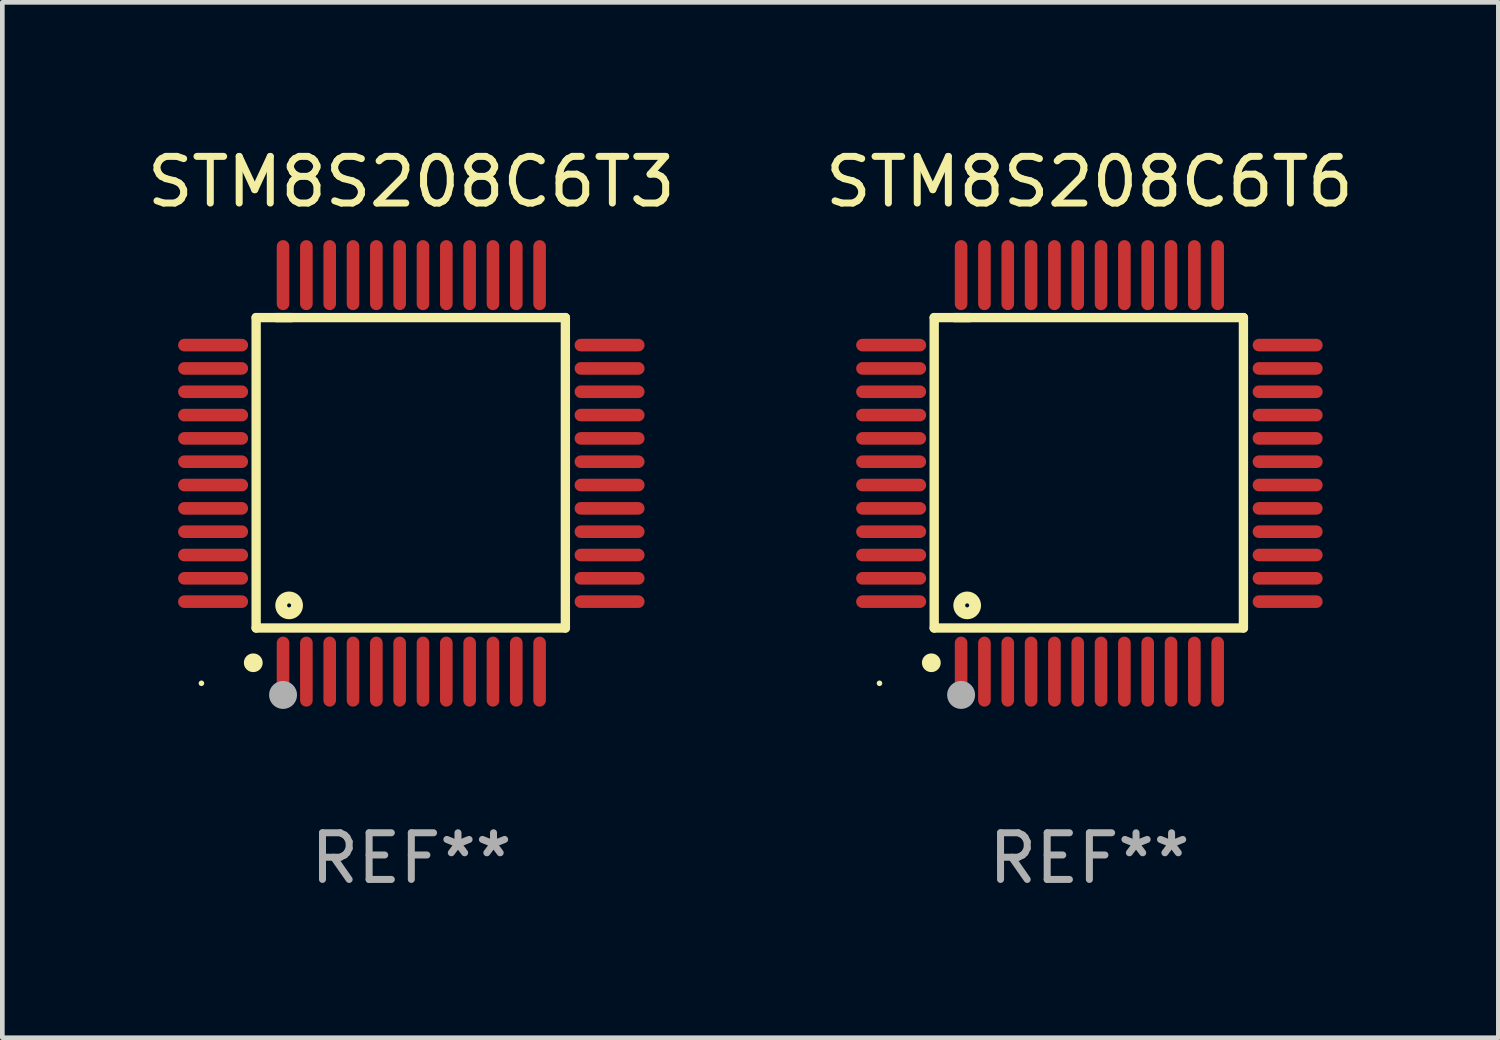
<source format=kicad_pcb>
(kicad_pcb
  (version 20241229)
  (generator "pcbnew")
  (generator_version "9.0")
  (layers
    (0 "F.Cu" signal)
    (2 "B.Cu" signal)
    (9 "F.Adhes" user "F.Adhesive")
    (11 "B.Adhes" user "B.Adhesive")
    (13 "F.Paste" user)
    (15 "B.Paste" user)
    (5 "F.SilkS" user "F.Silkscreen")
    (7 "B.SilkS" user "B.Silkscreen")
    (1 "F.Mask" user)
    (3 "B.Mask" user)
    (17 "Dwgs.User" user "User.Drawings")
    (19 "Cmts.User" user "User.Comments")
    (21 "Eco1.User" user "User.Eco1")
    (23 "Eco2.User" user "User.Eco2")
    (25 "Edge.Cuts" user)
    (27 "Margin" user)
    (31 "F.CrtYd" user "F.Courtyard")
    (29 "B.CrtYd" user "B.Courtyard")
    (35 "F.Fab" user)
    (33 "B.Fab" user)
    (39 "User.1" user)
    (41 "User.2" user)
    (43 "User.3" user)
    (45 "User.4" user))
  (footprint "STM8S208C6T3"
    (layer "F.Cu")
    (at 5.768 7.098)
    (property "Reference" "STM8S208C6T3" (at 0 -6.25 0) (layer "F.SilkS") (effects (font (size 1 1) (thickness 0.15))))
    (attr through_hole)
    (fp_line (start -3.327 -3.34) (end -2.565 -3.34) (stroke (width 0.2) (type solid)) (layer "F.SilkS"))
    (fp_line (start -3.327 3.315) (end -3.327 -3.34) (stroke (width 0.2) (type solid)) (layer "F.SilkS"))
    (fp_line (start -2.896 -3.34) (end 3.302 -3.34) (stroke (width 0.2) (type solid)) (layer "F.SilkS"))
    (fp_line (start 3.302 -3.34) (end 3.302 3.315) (stroke (width 0.2) (type solid)) (layer "F.SilkS"))
    (fp_line (start 3.302 3.315) (end -3.327 3.315) (stroke (width 0.2) (type solid)) (layer "F.SilkS"))
    (fp_arc (start -3.389992 4.059995) (mid -3.388722 4.059991) (end -3.387452 4.059995) (stroke (width 0.4) (type solid)) (layer "F.SilkS"))
    (fp_circle (center -4.5 4.5) (end -4.47 4.5) (stroke (width 0.06) (type solid)) (fill no) (layer "F.SilkS"))
    (fp_circle (center -2.62 2.83) (end -2.45 2.83) (stroke (width 0.254) (type solid)) (fill no) (layer "F.SilkS"))
    (fp_circle (center -2.75 4.75) (end -2.6 4.75) (stroke (width 0.3) (type solid)) (fill no) (layer "F.Fab"))
    (fp_text user "REF**" (at 0 8.25 0) (layer "F.Fab") (effects (font (size 1 1) (thickness 0.15))))
    (pad "1" smd oval (at -2.75 4.25) (size 0.27 1.5) (layers "F.Cu" "F.Mask" "F.Paste"))
    (pad "2" smd oval (at -2.25 4.25) (size 0.27 1.5) (layers "F.Cu" "F.Mask" "F.Paste"))
    (pad "3" smd oval (at -1.75 4.25) (size 0.27 1.5) (layers "F.Cu" "F.Mask" "F.Paste"))
    (pad "4" smd oval (at -1.25 4.25) (size 0.27 1.5) (layers "F.Cu" "F.Mask" "F.Paste"))
    (pad "5" smd oval (at -0.75 4.25) (size 0.27 1.5) (layers "F.Cu" "F.Mask" "F.Paste"))
    (pad "6" smd oval (at -0.25 4.25) (size 0.27 1.5) (layers "F.Cu" "F.Mask" "F.Paste"))
    (pad "7" smd oval (at 0.25 4.25) (size 0.27 1.5) (layers "F.Cu" "F.Mask" "F.Paste"))
    (pad "8" smd oval (at 0.75 4.25) (size 0.27 1.5) (layers "F.Cu" "F.Mask" "F.Paste"))
    (pad "9" smd oval (at 1.25 4.25) (size 0.27 1.5) (layers "F.Cu" "F.Mask" "F.Paste"))
    (pad "10" smd oval (at 1.75 4.25) (size 0.27 1.5) (layers "F.Cu" "F.Mask" "F.Paste"))
    (pad "11" smd oval (at 2.25 4.25) (size 0.27 1.5) (layers "F.Cu" "F.Mask" "F.Paste"))
    (pad "12" smd oval (at 2.75 4.25) (size 0.27 1.5) (layers "F.Cu" "F.Mask" "F.Paste"))
    (pad "13" smd oval (at 4.25 2.75) (size 1.5 0.27) (layers "F.Cu" "F.Mask" "F.Paste"))
    (pad "14" smd oval (at 4.25 2.25) (size 1.5 0.27) (layers "F.Cu" "F.Mask" "F.Paste"))
    (pad "15" smd oval (at 4.25 1.75) (size 1.5 0.27) (layers "F.Cu" "F.Mask" "F.Paste"))
    (pad "16" smd oval (at 4.25 1.25) (size 1.5 0.27) (layers "F.Cu" "F.Mask" "F.Paste"))
    (pad "17" smd oval (at 4.25 0.75) (size 1.5 0.27) (layers "F.Cu" "F.Mask" "F.Paste"))
    (pad "18" smd oval (at 4.25 0.25) (size 1.5 0.27) (layers "F.Cu" "F.Mask" "F.Paste"))
    (pad "19" smd oval (at 4.25 -0.25) (size 1.5 0.27) (layers "F.Cu" "F.Mask" "F.Paste"))
    (pad "20" smd oval (at 4.25 -0.75) (size 1.5 0.27) (layers "F.Cu" "F.Mask" "F.Paste"))
    (pad "21" smd oval (at 4.25 -1.25) (size 1.5 0.27) (layers "F.Cu" "F.Mask" "F.Paste"))
    (pad "22" smd oval (at 4.25 -1.75) (size 1.5 0.27) (layers "F.Cu" "F.Mask" "F.Paste"))
    (pad "23" smd oval (at 4.25 -2.25) (size 1.5 0.27) (layers "F.Cu" "F.Mask" "F.Paste"))
    (pad "24" smd oval (at 4.25 -2.75) (size 1.5 0.27) (layers "F.Cu" "F.Mask" "F.Paste"))
    (pad "25" smd oval (at 2.75 -4.25) (size 0.27 1.5) (layers "F.Cu" "F.Mask" "F.Paste"))
    (pad "26" smd oval (at 2.25 -4.25) (size 0.27 1.5) (layers "F.Cu" "F.Mask" "F.Paste"))
    (pad "27" smd oval (at 1.75 -4.25) (size 0.27 1.5) (layers "F.Cu" "F.Mask" "F.Paste"))
    (pad "28" smd oval (at 1.25 -4.25) (size 0.27 1.5) (layers "F.Cu" "F.Mask" "F.Paste"))
    (pad "29" smd oval (at 0.75 -4.25) (size 0.27 1.5) (layers "F.Cu" "F.Mask" "F.Paste"))
    (pad "30" smd oval (at 0.25 -4.25) (size 0.27 1.5) (layers "F.Cu" "F.Mask" "F.Paste"))
    (pad "31" smd oval (at -0.25 -4.25) (size 0.27 1.5) (layers "F.Cu" "F.Mask" "F.Paste"))
    (pad "32" smd oval (at -0.75 -4.25) (size 0.27 1.5) (layers "F.Cu" "F.Mask" "F.Paste"))
    (pad "33" smd oval (at -1.25 -4.25) (size 0.27 1.5) (layers "F.Cu" "F.Mask" "F.Paste"))
    (pad "34" smd oval (at -1.75 -4.25) (size 0.27 1.5) (layers "F.Cu" "F.Mask" "F.Paste"))
    (pad "35" smd oval (at -2.25 -4.25) (size 0.27 1.5) (layers "F.Cu" "F.Mask" "F.Paste"))
    (pad "36" smd oval (at -2.75 -4.25) (size 0.27 1.5) (layers "F.Cu" "F.Mask" "F.Paste"))
    (pad "37" smd oval (at -4.25 -2.75) (size 1.5 0.27) (layers "F.Cu" "F.Mask" "F.Paste"))
    (pad "38" smd oval (at -4.25 -2.25) (size 1.5 0.27) (layers "F.Cu" "F.Mask" "F.Paste"))
    (pad "39" smd oval (at -4.25 -1.75) (size 1.5 0.27) (layers "F.Cu" "F.Mask" "F.Paste"))
    (pad "40" smd oval (at -4.25 -1.25) (size 1.5 0.27) (layers "F.Cu" "F.Mask" "F.Paste"))
    (pad "41" smd oval (at -4.25 -0.75) (size 1.5 0.27) (layers "F.Cu" "F.Mask" "F.Paste"))
    (pad "42" smd oval (at -4.25 -0.25) (size 1.5 0.27) (layers "F.Cu" "F.Mask" "F.Paste"))
    (pad "43" smd oval (at -4.25 0.25) (size 1.5 0.27) (layers "F.Cu" "F.Mask" "F.Paste"))
    (pad "44" smd oval (at -4.25 0.75) (size 1.5 0.27) (layers "F.Cu" "F.Mask" "F.Paste"))
    (pad "45" smd oval (at -4.25 1.25) (size 1.5 0.27) (layers "F.Cu" "F.Mask" "F.Paste"))
    (pad "46" smd oval (at -4.25 1.75) (size 1.5 0.27) (layers "F.Cu" "F.Mask" "F.Paste"))
    (pad "47" smd oval (at -4.25 2.25) (size 1.5 0.27) (layers "F.Cu" "F.Mask" "F.Paste"))
    (pad "48" smd oval (at -4.25 2.75) (size 1.5 0.27) (layers "F.Cu" "F.Mask" "F.Paste")))
  (footprint "STM8S208C6T6"
    (layer "F.Cu")
    (at 20.304 7.098)
    (property "Reference" "STM8S208C6T6" (at 0 -6.25 0) (layer "F.SilkS") (effects (font (size 1 1) (thickness 0.15))))
    (attr through_hole)
    (fp_line (start -3.327 -3.34) (end -2.565 -3.34) (stroke (width 0.2) (type solid)) (layer "F.SilkS"))
    (fp_line (start -3.327 3.315) (end -3.327 -3.34) (stroke (width 0.2) (type solid)) (layer "F.SilkS"))
    (fp_line (start -2.896 -3.34) (end 3.302 -3.34) (stroke (width 0.2) (type solid)) (layer "F.SilkS"))
    (fp_line (start 3.302 -3.34) (end 3.302 3.315) (stroke (width 0.2) (type solid)) (layer "F.SilkS"))
    (fp_line (start 3.302 3.315) (end -3.327 3.315) (stroke (width 0.2) (type solid)) (layer "F.SilkS"))
    (fp_arc (start -3.389992 4.059995) (mid -3.388722 4.059991) (end -3.387452 4.059995) (stroke (width 0.4) (type solid)) (layer "F.SilkS"))
    (fp_circle (center -4.5 4.5) (end -4.47 4.5) (stroke (width 0.06) (type solid)) (fill no) (layer "F.SilkS"))
    (fp_circle (center -2.62 2.83) (end -2.45 2.83) (stroke (width 0.254) (type solid)) (fill no) (layer "F.SilkS"))
    (fp_circle (center -2.75 4.75) (end -2.6 4.75) (stroke (width 0.3) (type solid)) (fill no) (layer "F.Fab"))
    (fp_text user "REF**" (at 0 8.25 0) (layer "F.Fab") (effects (font (size 1 1) (thickness 0.15))))
    (pad "1" smd oval (at -2.75 4.25) (size 0.27 1.5) (layers "F.Cu" "F.Mask" "F.Paste"))
    (pad "2" smd oval (at -2.25 4.25) (size 0.27 1.5) (layers "F.Cu" "F.Mask" "F.Paste"))
    (pad "3" smd oval (at -1.75 4.25) (size 0.27 1.5) (layers "F.Cu" "F.Mask" "F.Paste"))
    (pad "4" smd oval (at -1.25 4.25) (size 0.27 1.5) (layers "F.Cu" "F.Mask" "F.Paste"))
    (pad "5" smd oval (at -0.75 4.25) (size 0.27 1.5) (layers "F.Cu" "F.Mask" "F.Paste"))
    (pad "6" smd oval (at -0.25 4.25) (size 0.27 1.5) (layers "F.Cu" "F.Mask" "F.Paste"))
    (pad "7" smd oval (at 0.25 4.25) (size 0.27 1.5) (layers "F.Cu" "F.Mask" "F.Paste"))
    (pad "8" smd oval (at 0.75 4.25) (size 0.27 1.5) (layers "F.Cu" "F.Mask" "F.Paste"))
    (pad "9" smd oval (at 1.25 4.25) (size 0.27 1.5) (layers "F.Cu" "F.Mask" "F.Paste"))
    (pad "10" smd oval (at 1.75 4.25) (size 0.27 1.5) (layers "F.Cu" "F.Mask" "F.Paste"))
    (pad "11" smd oval (at 2.25 4.25) (size 0.27 1.5) (layers "F.Cu" "F.Mask" "F.Paste"))
    (pad "12" smd oval (at 2.75 4.25) (size 0.27 1.5) (layers "F.Cu" "F.Mask" "F.Paste"))
    (pad "13" smd oval (at 4.25 2.75) (size 1.5 0.27) (layers "F.Cu" "F.Mask" "F.Paste"))
    (pad "14" smd oval (at 4.25 2.25) (size 1.5 0.27) (layers "F.Cu" "F.Mask" "F.Paste"))
    (pad "15" smd oval (at 4.25 1.75) (size 1.5 0.27) (layers "F.Cu" "F.Mask" "F.Paste"))
    (pad "16" smd oval (at 4.25 1.25) (size 1.5 0.27) (layers "F.Cu" "F.Mask" "F.Paste"))
    (pad "17" smd oval (at 4.25 0.75) (size 1.5 0.27) (layers "F.Cu" "F.Mask" "F.Paste"))
    (pad "18" smd oval (at 4.25 0.25) (size 1.5 0.27) (layers "F.Cu" "F.Mask" "F.Paste"))
    (pad "19" smd oval (at 4.25 -0.25) (size 1.5 0.27) (layers "F.Cu" "F.Mask" "F.Paste"))
    (pad "20" smd oval (at 4.25 -0.75) (size 1.5 0.27) (layers "F.Cu" "F.Mask" "F.Paste"))
    (pad "21" smd oval (at 4.25 -1.25) (size 1.5 0.27) (layers "F.Cu" "F.Mask" "F.Paste"))
    (pad "22" smd oval (at 4.25 -1.75) (size 1.5 0.27) (layers "F.Cu" "F.Mask" "F.Paste"))
    (pad "23" smd oval (at 4.25 -2.25) (size 1.5 0.27) (layers "F.Cu" "F.Mask" "F.Paste"))
    (pad "24" smd oval (at 4.25 -2.75) (size 1.5 0.27) (layers "F.Cu" "F.Mask" "F.Paste"))
    (pad "25" smd oval (at 2.75 -4.25) (size 0.27 1.5) (layers "F.Cu" "F.Mask" "F.Paste"))
    (pad "26" smd oval (at 2.25 -4.25) (size 0.27 1.5) (layers "F.Cu" "F.Mask" "F.Paste"))
    (pad "27" smd oval (at 1.75 -4.25) (size 0.27 1.5) (layers "F.Cu" "F.Mask" "F.Paste"))
    (pad "28" smd oval (at 1.25 -4.25) (size 0.27 1.5) (layers "F.Cu" "F.Mask" "F.Paste"))
    (pad "29" smd oval (at 0.75 -4.25) (size 0.27 1.5) (layers "F.Cu" "F.Mask" "F.Paste"))
    (pad "30" smd oval (at 0.25 -4.25) (size 0.27 1.5) (layers "F.Cu" "F.Mask" "F.Paste"))
    (pad "31" smd oval (at -0.25 -4.25) (size 0.27 1.5) (layers "F.Cu" "F.Mask" "F.Paste"))
    (pad "32" smd oval (at -0.75 -4.25) (size 0.27 1.5) (layers "F.Cu" "F.Mask" "F.Paste"))
    (pad "33" smd oval (at -1.25 -4.25) (size 0.27 1.5) (layers "F.Cu" "F.Mask" "F.Paste"))
    (pad "34" smd oval (at -1.75 -4.25) (size 0.27 1.5) (layers "F.Cu" "F.Mask" "F.Paste"))
    (pad "35" smd oval (at -2.25 -4.25) (size 0.27 1.5) (layers "F.Cu" "F.Mask" "F.Paste"))
    (pad "36" smd oval (at -2.75 -4.25) (size 0.27 1.5) (layers "F.Cu" "F.Mask" "F.Paste"))
    (pad "37" smd oval (at -4.25 -2.75) (size 1.5 0.27) (layers "F.Cu" "F.Mask" "F.Paste"))
    (pad "38" smd oval (at -4.25 -2.25) (size 1.5 0.27) (layers "F.Cu" "F.Mask" "F.Paste"))
    (pad "39" smd oval (at -4.25 -1.75) (size 1.5 0.27) (layers "F.Cu" "F.Mask" "F.Paste"))
    (pad "40" smd oval (at -4.25 -1.25) (size 1.5 0.27) (layers "F.Cu" "F.Mask" "F.Paste"))
    (pad "41" smd oval (at -4.25 -0.75) (size 1.5 0.27) (layers "F.Cu" "F.Mask" "F.Paste"))
    (pad "42" smd oval (at -4.25 -0.25) (size 1.5 0.27) (layers "F.Cu" "F.Mask" "F.Paste"))
    (pad "43" smd oval (at -4.25 0.25) (size 1.5 0.27) (layers "F.Cu" "F.Mask" "F.Paste"))
    (pad "44" smd oval (at -4.25 0.75) (size 1.5 0.27) (layers "F.Cu" "F.Mask" "F.Paste"))
    (pad "45" smd oval (at -4.25 1.25) (size 1.5 0.27) (layers "F.Cu" "F.Mask" "F.Paste"))
    (pad "46" smd oval (at -4.25 1.75) (size 1.5 0.27) (layers "F.Cu" "F.Mask" "F.Paste"))
    (pad "47" smd oval (at -4.25 2.25) (size 1.5 0.27) (layers "F.Cu" "F.Mask" "F.Paste"))
    (pad "48" smd oval (at -4.25 2.75) (size 1.5 0.27) (layers "F.Cu" "F.Mask" "F.Paste")))
  (gr_rect
    (start -3 -3)
    (end 29.071 19.196)
    (stroke (width 0.1) (type default))
    (fill no)
    (layer "Edge.Cuts")))
</source>
